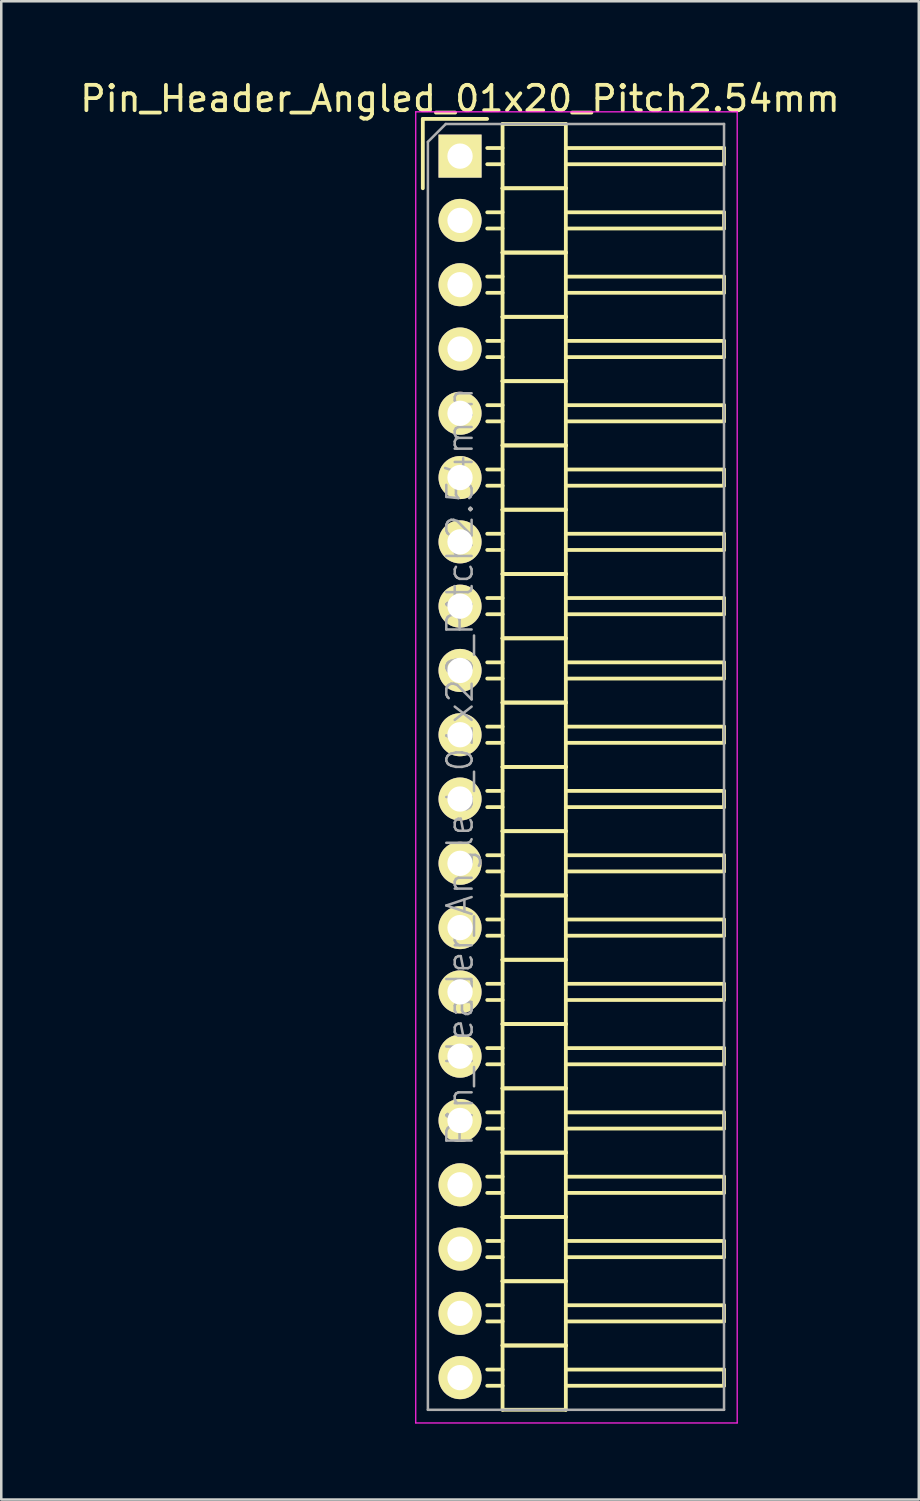
<source format=kicad_pcb>
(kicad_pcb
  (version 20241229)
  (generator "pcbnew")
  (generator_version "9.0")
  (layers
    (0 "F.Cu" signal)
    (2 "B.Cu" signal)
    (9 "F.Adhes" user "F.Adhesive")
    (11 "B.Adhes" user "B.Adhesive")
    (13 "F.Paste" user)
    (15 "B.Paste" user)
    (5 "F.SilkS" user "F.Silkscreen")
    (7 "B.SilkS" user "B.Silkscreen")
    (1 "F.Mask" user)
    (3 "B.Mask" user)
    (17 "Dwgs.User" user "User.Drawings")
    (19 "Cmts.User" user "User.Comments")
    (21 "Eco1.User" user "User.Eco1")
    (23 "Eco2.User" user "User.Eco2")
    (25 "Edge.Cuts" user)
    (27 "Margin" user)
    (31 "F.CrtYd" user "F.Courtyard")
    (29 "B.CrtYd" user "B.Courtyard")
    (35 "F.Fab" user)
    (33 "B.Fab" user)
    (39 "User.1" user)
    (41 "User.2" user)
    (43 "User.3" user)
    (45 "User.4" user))
  (footprint "Pin_Header_Angled_01x20_Pitch2.54mm"
    (layer "F.Cu")
    (at 15.125 3.118)
    (property "Reference" "Pin_Header_Angled_01x20_Pitch2.54mm" (at 0 -2.27 0) (layer "F.SilkS") (effects (font (size 1 1) (thickness 0.15))))
    (attr smd)
    (fp_line (start -1.47 -1.47) (end -1.47 1.27) (stroke (width 0.15) (type solid)) (layer "F.SilkS"))
    (fp_line (start -1.47 -1.47) (end 1.07 -1.47) (stroke (width 0.15) (type solid)) (layer "F.SilkS"))
    (fp_line (start 1.68 -0.32) (end 1.075 -0.32) (stroke (width 0.15) (type solid)) (layer "F.SilkS"))
    (fp_line (start 1.68 0.32) (end 1.075 0.32) (stroke (width 0.15) (type solid)) (layer "F.SilkS"))
    (fp_line (start 1.68 1.27) (end 1.68 -1.27) (stroke (width 0.15) (type solid)) (layer "F.SilkS"))
    (fp_line (start 1.68 2.22) (end 1.075 2.22) (stroke (width 0.15) (type solid)) (layer "F.SilkS"))
    (fp_line (start 1.68 2.86) (end 1.075 2.86) (stroke (width 0.15) (type solid)) (layer "F.SilkS"))
    (fp_line (start 1.68 3.81) (end 1.68 1.27) (stroke (width 0.15) (type solid)) (layer "F.SilkS"))
    (fp_line (start 1.68 4.76) (end 1.075 4.76) (stroke (width 0.15) (type solid)) (layer "F.SilkS"))
    (fp_line (start 1.68 5.4) (end 1.075 5.4) (stroke (width 0.15) (type solid)) (layer "F.SilkS"))
    (fp_line (start 1.68 6.35) (end 1.68 3.81) (stroke (width 0.15) (type solid)) (layer "F.SilkS"))
    (fp_line (start 1.68 7.3) (end 1.075 7.3) (stroke (width 0.15) (type solid)) (layer "F.SilkS"))
    (fp_line (start 1.68 7.94) (end 1.075 7.94) (stroke (width 0.15) (type solid)) (layer "F.SilkS"))
    (fp_line (start 1.68 8.89) (end 1.68 6.35) (stroke (width 0.15) (type solid)) (layer "F.SilkS"))
    (fp_line (start 1.68 9.84) (end 1.075 9.84) (stroke (width 0.15) (type solid)) (layer "F.SilkS"))
    (fp_line (start 1.68 10.48) (end 1.075 10.48) (stroke (width 0.15) (type solid)) (layer "F.SilkS"))
    (fp_line (start 1.68 11.43) (end 1.68 8.89) (stroke (width 0.15) (type solid)) (layer "F.SilkS"))
    (fp_line (start 1.68 12.38) (end 1.075 12.38) (stroke (width 0.15) (type solid)) (layer "F.SilkS"))
    (fp_line (start 1.68 13.02) (end 1.075 13.02) (stroke (width 0.15) (type solid)) (layer "F.SilkS"))
    (fp_line (start 1.68 13.97) (end 1.68 11.43) (stroke (width 0.15) (type solid)) (layer "F.SilkS"))
    (fp_line (start 1.68 14.92) (end 1.075 14.92) (stroke (width 0.15) (type solid)) (layer "F.SilkS"))
    (fp_line (start 1.68 15.56) (end 1.075 15.56) (stroke (width 0.15) (type solid)) (layer "F.SilkS"))
    (fp_line (start 1.68 16.51) (end 1.68 13.97) (stroke (width 0.15) (type solid)) (layer "F.SilkS"))
    (fp_line (start 1.68 17.46) (end 1.075 17.46) (stroke (width 0.15) (type solid)) (layer "F.SilkS"))
    (fp_line (start 1.68 18.1) (end 1.075 18.1) (stroke (width 0.15) (type solid)) (layer "F.SilkS"))
    (fp_line (start 1.68 19.05) (end 1.68 16.51) (stroke (width 0.15) (type solid)) (layer "F.SilkS"))
    (fp_line (start 1.68 20) (end 1.075 20) (stroke (width 0.15) (type solid)) (layer "F.SilkS"))
    (fp_line (start 1.68 20.64) (end 1.075 20.64) (stroke (width 0.15) (type solid)) (layer "F.SilkS"))
    (fp_line (start 1.68 21.59) (end 1.68 19.05) (stroke (width 0.15) (type solid)) (layer "F.SilkS"))
    (fp_line (start 1.68 22.54) (end 1.075 22.54) (stroke (width 0.15) (type solid)) (layer "F.SilkS"))
    (fp_line (start 1.68 23.18) (end 1.075 23.18) (stroke (width 0.15) (type solid)) (layer "F.SilkS"))
    (fp_line (start 1.68 24.13) (end 1.68 21.59) (stroke (width 0.15) (type solid)) (layer "F.SilkS"))
    (fp_line (start 1.68 25.08) (end 1.075 25.08) (stroke (width 0.15) (type solid)) (layer "F.SilkS"))
    (fp_line (start 1.68 25.72) (end 1.075 25.72) (stroke (width 0.15) (type solid)) (layer "F.SilkS"))
    (fp_line (start 1.68 26.67) (end 1.68 24.13) (stroke (width 0.15) (type solid)) (layer "F.SilkS"))
    (fp_line (start 1.68 27.62) (end 1.075 27.62) (stroke (width 0.15) (type solid)) (layer "F.SilkS"))
    (fp_line (start 1.68 28.26) (end 1.075 28.26) (stroke (width 0.15) (type solid)) (layer "F.SilkS"))
    (fp_line (start 1.68 29.21) (end 1.68 26.67) (stroke (width 0.15) (type solid)) (layer "F.SilkS"))
    (fp_line (start 1.68 30.16) (end 1.075 30.16) (stroke (width 0.15) (type solid)) (layer "F.SilkS"))
    (fp_line (start 1.68 30.8) (end 1.075 30.8) (stroke (width 0.15) (type solid)) (layer "F.SilkS"))
    (fp_line (start 1.68 31.75) (end 1.68 29.21) (stroke (width 0.15) (type solid)) (layer "F.SilkS"))
    (fp_line (start 1.68 32.7) (end 1.075 32.7) (stroke (width 0.15) (type solid)) (layer "F.SilkS"))
    (fp_line (start 1.68 33.34) (end 1.075 33.34) (stroke (width 0.15) (type solid)) (layer "F.SilkS"))
    (fp_line (start 1.68 34.29) (end 1.68 31.75) (stroke (width 0.15) (type solid)) (layer "F.SilkS"))
    (fp_line (start 1.68 35.24) (end 1.075 35.24) (stroke (width 0.15) (type solid)) (layer "F.SilkS"))
    (fp_line (start 1.68 35.88) (end 1.075 35.88) (stroke (width 0.15) (type solid)) (layer "F.SilkS"))
    (fp_line (start 1.68 36.83) (end 1.68 34.29) (stroke (width 0.15) (type solid)) (layer "F.SilkS"))
    (fp_line (start 1.68 37.78) (end 1.075 37.78) (stroke (width 0.15) (type solid)) (layer "F.SilkS"))
    (fp_line (start 1.68 38.42) (end 1.075 38.42) (stroke (width 0.15) (type solid)) (layer "F.SilkS"))
    (fp_line (start 1.68 39.37) (end 1.68 36.83) (stroke (width 0.15) (type solid)) (layer "F.SilkS"))
    (fp_line (start 1.68 40.32) (end 1.075 40.32) (stroke (width 0.15) (type solid)) (layer "F.SilkS"))
    (fp_line (start 1.68 40.96) (end 1.075 40.96) (stroke (width 0.15) (type solid)) (layer "F.SilkS"))
    (fp_line (start 1.68 41.91) (end 1.68 39.37) (stroke (width 0.15) (type solid)) (layer "F.SilkS"))
    (fp_line (start 1.68 42.86) (end 1.075 42.86) (stroke (width 0.15) (type solid)) (layer "F.SilkS"))
    (fp_line (start 1.68 43.5) (end 1.075 43.5) (stroke (width 0.15) (type solid)) (layer "F.SilkS"))
    (fp_line (start 1.68 44.45) (end 1.68 41.91) (stroke (width 0.15) (type solid)) (layer "F.SilkS"))
    (fp_line (start 1.68 45.4) (end 1.075 45.4) (stroke (width 0.15) (type solid)) (layer "F.SilkS"))
    (fp_line (start 1.68 46.04) (end 1.075 46.04) (stroke (width 0.15) (type solid)) (layer "F.SilkS"))
    (fp_line (start 1.68 46.99) (end 1.68 44.45) (stroke (width 0.15) (type solid)) (layer "F.SilkS"))
    (fp_line (start 1.68 47.94) (end 1.075 47.94) (stroke (width 0.15) (type solid)) (layer "F.SilkS"))
    (fp_line (start 1.68 48.58) (end 1.075 48.58) (stroke (width 0.15) (type solid)) (layer "F.SilkS"))
    (fp_line (start 1.68 49.53) (end 1.68 46.99) (stroke (width 0.15) (type solid)) (layer "F.SilkS"))
    (fp_line (start 4.18 -1.27) (end 1.68 -1.27) (stroke (width 0.15) (type solid)) (layer "F.SilkS"))
    (fp_line (start 4.18 -0.32) (end 10.43 -0.32) (stroke (width 0.15) (type solid)) (layer "F.SilkS"))
    (fp_line (start 4.18 0.32) (end 10.43 0.32) (stroke (width 0.15) (type solid)) (layer "F.SilkS"))
    (fp_line (start 4.18 1.27) (end 1.68 1.27) (stroke (width 0.15) (type solid)) (layer "F.SilkS"))
    (fp_line (start 4.18 1.27) (end 1.68 1.27) (stroke (width 0.15) (type solid)) (layer "F.SilkS"))
    (fp_line (start 4.18 1.27) (end 4.18 -1.27) (stroke (width 0.15) (type solid)) (layer "F.SilkS"))
    (fp_line (start 4.18 2.22) (end 10.43 2.22) (stroke (width 0.15) (type solid)) (layer "F.SilkS"))
    (fp_line (start 4.18 2.86) (end 10.43 2.86) (stroke (width 0.15) (type solid)) (layer "F.SilkS"))
    (fp_line (start 4.18 3.81) (end 1.68 3.81) (stroke (width 0.15) (type solid)) (layer "F.SilkS"))
    (fp_line (start 4.18 3.81) (end 1.68 3.81) (stroke (width 0.15) (type solid)) (layer "F.SilkS"))
    (fp_line (start 4.18 3.81) (end 4.18 1.27) (stroke (width 0.15) (type solid)) (layer "F.SilkS"))
    (fp_line (start 4.18 4.76) (end 10.43 4.76) (stroke (width 0.15) (type solid)) (layer "F.SilkS"))
    (fp_line (start 4.18 5.4) (end 10.43 5.4) (stroke (width 0.15) (type solid)) (layer "F.SilkS"))
    (fp_line (start 4.18 6.35) (end 1.68 6.35) (stroke (width 0.15) (type solid)) (layer "F.SilkS"))
    (fp_line (start 4.18 6.35) (end 1.68 6.35) (stroke (width 0.15) (type solid)) (layer "F.SilkS"))
    (fp_line (start 4.18 6.35) (end 4.18 3.81) (stroke (width 0.15) (type solid)) (layer "F.SilkS"))
    (fp_line (start 4.18 7.3) (end 10.43 7.3) (stroke (width 0.15) (type solid)) (layer "F.SilkS"))
    (fp_line (start 4.18 7.94) (end 10.43 7.94) (stroke (width 0.15) (type solid)) (layer "F.SilkS"))
    (fp_line (start 4.18 8.89) (end 1.68 8.89) (stroke (width 0.15) (type solid)) (layer "F.SilkS"))
    (fp_line (start 4.18 8.89) (end 1.68 8.89) (stroke (width 0.15) (type solid)) (layer "F.SilkS"))
    (fp_line (start 4.18 8.89) (end 4.18 6.35) (stroke (width 0.15) (type solid)) (layer "F.SilkS"))
    (fp_line (start 4.18 9.84) (end 10.43 9.84) (stroke (width 0.15) (type solid)) (layer "F.SilkS"))
    (fp_line (start 4.18 10.48) (end 10.43 10.48) (stroke (width 0.15) (type solid)) (layer "F.SilkS"))
    (fp_line (start 4.18 11.43) (end 1.68 11.43) (stroke (width 0.15) (type solid)) (layer "F.SilkS"))
    (fp_line (start 4.18 11.43) (end 1.68 11.43) (stroke (width 0.15) (type solid)) (layer "F.SilkS"))
    (fp_line (start 4.18 11.43) (end 4.18 8.89) (stroke (width 0.15) (type solid)) (layer "F.SilkS"))
    (fp_line (start 4.18 12.38) (end 10.43 12.38) (stroke (width 0.15) (type solid)) (layer "F.SilkS"))
    (fp_line (start 4.18 13.02) (end 10.43 13.02) (stroke (width 0.15) (type solid)) (layer "F.SilkS"))
    (fp_line (start 4.18 13.97) (end 1.68 13.97) (stroke (width 0.15) (type solid)) (layer "F.SilkS"))
    (fp_line (start 4.18 13.97) (end 1.68 13.97) (stroke (width 0.15) (type solid)) (layer "F.SilkS"))
    (fp_line (start 4.18 13.97) (end 4.18 11.43) (stroke (width 0.15) (type solid)) (layer "F.SilkS"))
    (fp_line (start 4.18 14.92) (end 10.43 14.92) (stroke (width 0.15) (type solid)) (layer "F.SilkS"))
    (fp_line (start 4.18 15.56) (end 10.43 15.56) (stroke (width 0.15) (type solid)) (layer "F.SilkS"))
    (fp_line (start 4.18 16.51) (end 1.68 16.51) (stroke (width 0.15) (type solid)) (layer "F.SilkS"))
    (fp_line (start 4.18 16.51) (end 1.68 16.51) (stroke (width 0.15) (type solid)) (layer "F.SilkS"))
    (fp_line (start 4.18 16.51) (end 4.18 13.97) (stroke (width 0.15) (type solid)) (layer "F.SilkS"))
    (fp_line (start 4.18 17.46) (end 10.43 17.46) (stroke (width 0.15) (type solid)) (layer "F.SilkS"))
    (fp_line (start 4.18 18.1) (end 10.43 18.1) (stroke (width 0.15) (type solid)) (layer "F.SilkS"))
    (fp_line (start 4.18 19.05) (end 1.68 19.05) (stroke (width 0.15) (type solid)) (layer "F.SilkS"))
    (fp_line (start 4.18 19.05) (end 1.68 19.05) (stroke (width 0.15) (type solid)) (layer "F.SilkS"))
    (fp_line (start 4.18 19.05) (end 4.18 16.51) (stroke (width 0.15) (type solid)) (layer "F.SilkS"))
    (fp_line (start 4.18 20) (end 10.43 20) (stroke (width 0.15) (type solid)) (layer "F.SilkS"))
    (fp_line (start 4.18 20.64) (end 10.43 20.64) (stroke (width 0.15) (type solid)) (layer "F.SilkS"))
    (fp_line (start 4.18 21.59) (end 1.68 21.59) (stroke (width 0.15) (type solid)) (layer "F.SilkS"))
    (fp_line (start 4.18 21.59) (end 1.68 21.59) (stroke (width 0.15) (type solid)) (layer "F.SilkS"))
    (fp_line (start 4.18 21.59) (end 4.18 19.05) (stroke (width 0.15) (type solid)) (layer "F.SilkS"))
    (fp_line (start 4.18 22.54) (end 10.43 22.54) (stroke (width 0.15) (type solid)) (layer "F.SilkS"))
    (fp_line (start 4.18 23.18) (end 10.43 23.18) (stroke (width 0.15) (type solid)) (layer "F.SilkS"))
    (fp_line (start 4.18 24.13) (end 1.68 24.13) (stroke (width 0.15) (type solid)) (layer "F.SilkS"))
    (fp_line (start 4.18 24.13) (end 1.68 24.13) (stroke (width 0.15) (type solid)) (layer "F.SilkS"))
    (fp_line (start 4.18 24.13) (end 4.18 21.59) (stroke (width 0.15) (type solid)) (layer "F.SilkS"))
    (fp_line (start 4.18 25.08) (end 10.43 25.08) (stroke (width 0.15) (type solid)) (layer "F.SilkS"))
    (fp_line (start 4.18 25.72) (end 10.43 25.72) (stroke (width 0.15) (type solid)) (layer "F.SilkS"))
    (fp_line (start 4.18 26.67) (end 1.68 26.67) (stroke (width 0.15) (type solid)) (layer "F.SilkS"))
    (fp_line (start 4.18 26.67) (end 1.68 26.67) (stroke (width 0.15) (type solid)) (layer "F.SilkS"))
    (fp_line (start 4.18 26.67) (end 4.18 24.13) (stroke (width 0.15) (type solid)) (layer "F.SilkS"))
    (fp_line (start 4.18 27.62) (end 10.43 27.62) (stroke (width 0.15) (type solid)) (layer "F.SilkS"))
    (fp_line (start 4.18 28.26) (end 10.43 28.26) (stroke (width 0.15) (type solid)) (layer "F.SilkS"))
    (fp_line (start 4.18 29.21) (end 1.68 29.21) (stroke (width 0.15) (type solid)) (layer "F.SilkS"))
    (fp_line (start 4.18 29.21) (end 1.68 29.21) (stroke (width 0.15) (type solid)) (layer "F.SilkS"))
    (fp_line (start 4.18 29.21) (end 4.18 26.67) (stroke (width 0.15) (type solid)) (layer "F.SilkS"))
    (fp_line (start 4.18 30.16) (end 10.43 30.16) (stroke (width 0.15) (type solid)) (layer "F.SilkS"))
    (fp_line (start 4.18 30.8) (end 10.43 30.8) (stroke (width 0.15) (type solid)) (layer "F.SilkS"))
    (fp_line (start 4.18 31.75) (end 1.68 31.75) (stroke (width 0.15) (type solid)) (layer "F.SilkS"))
    (fp_line (start 4.18 31.75) (end 1.68 31.75) (stroke (width 0.15) (type solid)) (layer "F.SilkS"))
    (fp_line (start 4.18 31.75) (end 4.18 29.21) (stroke (width 0.15) (type solid)) (layer "F.SilkS"))
    (fp_line (start 4.18 32.7) (end 10.43 32.7) (stroke (width 0.15) (type solid)) (layer "F.SilkS"))
    (fp_line (start 4.18 33.34) (end 10.43 33.34) (stroke (width 0.15) (type solid)) (layer "F.SilkS"))
    (fp_line (start 4.18 34.29) (end 1.68 34.29) (stroke (width 0.15) (type solid)) (layer "F.SilkS"))
    (fp_line (start 4.18 34.29) (end 1.68 34.29) (stroke (width 0.15) (type solid)) (layer "F.SilkS"))
    (fp_line (start 4.18 34.29) (end 4.18 31.75) (stroke (width 0.15) (type solid)) (layer "F.SilkS"))
    (fp_line (start 4.18 35.24) (end 10.43 35.24) (stroke (width 0.15) (type solid)) (layer "F.SilkS"))
    (fp_line (start 4.18 35.88) (end 10.43 35.88) (stroke (width 0.15) (type solid)) (layer "F.SilkS"))
    (fp_line (start 4.18 36.83) (end 1.68 36.83) (stroke (width 0.15) (type solid)) (layer "F.SilkS"))
    (fp_line (start 4.18 36.83) (end 1.68 36.83) (stroke (width 0.15) (type solid)) (layer "F.SilkS"))
    (fp_line (start 4.18 36.83) (end 4.18 34.29) (stroke (width 0.15) (type solid)) (layer "F.SilkS"))
    (fp_line (start 4.18 37.78) (end 10.43 37.78) (stroke (width 0.15) (type solid)) (layer "F.SilkS"))
    (fp_line (start 4.18 38.42) (end 10.43 38.42) (stroke (width 0.15) (type solid)) (layer "F.SilkS"))
    (fp_line (start 4.18 39.37) (end 1.68 39.37) (stroke (width 0.15) (type solid)) (layer "F.SilkS"))
    (fp_line (start 4.18 39.37) (end 1.68 39.37) (stroke (width 0.15) (type solid)) (layer "F.SilkS"))
    (fp_line (start 4.18 39.37) (end 4.18 36.83) (stroke (width 0.15) (type solid)) (layer "F.SilkS"))
    (fp_line (start 4.18 40.32) (end 10.43 40.32) (stroke (width 0.15) (type solid)) (layer "F.SilkS"))
    (fp_line (start 4.18 40.96) (end 10.43 40.96) (stroke (width 0.15) (type solid)) (layer "F.SilkS"))
    (fp_line (start 4.18 41.91) (end 1.68 41.91) (stroke (width 0.15) (type solid)) (layer "F.SilkS"))
    (fp_line (start 4.18 41.91) (end 1.68 41.91) (stroke (width 0.15) (type solid)) (layer "F.SilkS"))
    (fp_line (start 4.18 41.91) (end 4.18 39.37) (stroke (width 0.15) (type solid)) (layer "F.SilkS"))
    (fp_line (start 4.18 42.86) (end 10.43 42.86) (stroke (width 0.15) (type solid)) (layer "F.SilkS"))
    (fp_line (start 4.18 43.5) (end 10.43 43.5) (stroke (width 0.15) (type solid)) (layer "F.SilkS"))
    (fp_line (start 4.18 44.45) (end 1.68 44.45) (stroke (width 0.15) (type solid)) (layer "F.SilkS"))
    (fp_line (start 4.18 44.45) (end 1.68 44.45) (stroke (width 0.15) (type solid)) (layer "F.SilkS"))
    (fp_line (start 4.18 44.45) (end 4.18 41.91) (stroke (width 0.15) (type solid)) (layer "F.SilkS"))
    (fp_line (start 4.18 45.4) (end 10.43 45.4) (stroke (width 0.15) (type solid)) (layer "F.SilkS"))
    (fp_line (start 4.18 46.04) (end 10.43 46.04) (stroke (width 0.15) (type solid)) (layer "F.SilkS"))
    (fp_line (start 4.18 46.99) (end 1.68 46.99) (stroke (width 0.15) (type solid)) (layer "F.SilkS"))
    (fp_line (start 4.18 46.99) (end 1.68 46.99) (stroke (width 0.15) (type solid)) (layer "F.SilkS"))
    (fp_line (start 4.18 46.99) (end 4.18 44.45) (stroke (width 0.15) (type solid)) (layer "F.SilkS"))
    (fp_line (start 4.18 47.94) (end 10.43 47.94) (stroke (width 0.15) (type solid)) (layer "F.SilkS"))
    (fp_line (start 4.18 48.58) (end 10.43 48.58) (stroke (width 0.15) (type solid)) (layer "F.SilkS"))
    (fp_line (start 4.18 49.53) (end 1.68 49.53) (stroke (width 0.15) (type solid)) (layer "F.SilkS"))
    (fp_line (start 4.18 49.53) (end 4.18 46.99) (stroke (width 0.15) (type solid)) (layer "F.SilkS"))
    (fp_line (start 10.43 0.32) (end 10.43 -0.32) (stroke (width 0.15) (type solid)) (layer "F.SilkS"))
    (fp_line (start 10.43 2.86) (end 10.43 2.22) (stroke (width 0.15) (type solid)) (layer "F.SilkS"))
    (fp_line (start 10.43 5.4) (end 10.43 4.76) (stroke (width 0.15) (type solid)) (layer "F.SilkS"))
    (fp_line (start 10.43 7.94) (end 10.43 7.3) (stroke (width 0.15) (type solid)) (layer "F.SilkS"))
    (fp_line (start 10.43 10.48) (end 10.43 9.84) (stroke (width 0.15) (type solid)) (layer "F.SilkS"))
    (fp_line (start 10.43 13.02) (end 10.43 12.38) (stroke (width 0.15) (type solid)) (layer "F.SilkS"))
    (fp_line (start 10.43 15.56) (end 10.43 14.92) (stroke (width 0.15) (type solid)) (layer "F.SilkS"))
    (fp_line (start 10.43 18.1) (end 10.43 17.46) (stroke (width 0.15) (type solid)) (layer "F.SilkS"))
    (fp_line (start 10.43 20.64) (end 10.43 20) (stroke (width 0.15) (type solid)) (layer "F.SilkS"))
    (fp_line (start 10.43 23.18) (end 10.43 22.54) (stroke (width 0.15) (type solid)) (layer "F.SilkS"))
    (fp_line (start 10.43 25.72) (end 10.43 25.08) (stroke (width 0.15) (type solid)) (layer "F.SilkS"))
    (fp_line (start 10.43 28.26) (end 10.43 27.62) (stroke (width 0.15) (type solid)) (layer "F.SilkS"))
    (fp_line (start 10.43 30.8) (end 10.43 30.16) (stroke (width 0.15) (type solid)) (layer "F.SilkS"))
    (fp_line (start 10.43 33.34) (end 10.43 32.7) (stroke (width 0.15) (type solid)) (layer "F.SilkS"))
    (fp_line (start 10.43 35.88) (end 10.43 35.24) (stroke (width 0.15) (type solid)) (layer "F.SilkS"))
    (fp_line (start 10.43 38.42) (end 10.43 37.78) (stroke (width 0.15) (type solid)) (layer "F.SilkS"))
    (fp_line (start 10.43 40.96) (end 10.43 40.32) (stroke (width 0.15) (type solid)) (layer "F.SilkS"))
    (fp_line (start 10.43 43.5) (end 10.43 42.86) (stroke (width 0.15) (type solid)) (layer "F.SilkS"))
    (fp_line (start 10.43 46.04) (end 10.43 45.4) (stroke (width 0.15) (type solid)) (layer "F.SilkS"))
    (fp_line (start 10.43 48.58) (end 10.43 47.94) (stroke (width 0.15) (type solid)) (layer "F.SilkS"))
    (fp_line (start -1.75 -1.75) (end -1.75 50.05) (stroke (width 0.05) (type solid)) (layer "F.CrtYd"))
    (fp_line (start 10.95 -1.75) (end -1.75 -1.75) (stroke (width 0.05) (type solid)) (layer "F.CrtYd"))
    (fp_line (start 10.95 -1.75) (end 10.95 50.05) (stroke (width 0.05) (type solid)) (layer "F.CrtYd"))
    (fp_line (start 10.95 50.05) (end -1.75 50.05) (stroke (width 0.05) (type solid)) (layer "F.CrtYd"))
    (fp_line (start -1.27 -0.563) (end -0.563 -1.27) (stroke (width 0.1) (type solid)) (layer "F.Fab"))
    (fp_line (start -1.27 49.53) (end -1.27 -0.563) (stroke (width 0.1) (type solid)) (layer "F.Fab"))
    (fp_line (start 10.43 -1.27) (end -0.563 -1.27) (stroke (width 0.1) (type solid)) (layer "F.Fab"))
    (fp_line (start 10.43 49.53) (end -1.27 49.53) (stroke (width 0.1) (type solid)) (layer "F.Fab"))
    (fp_line (start 10.43 49.53) (end 10.43 -1.27) (stroke (width 0.1) (type solid)) (layer "F.Fab"))
    (fp_text user "${REFERENCE}" (at 0 24.13 90) (layer "F.Fab") (effects (font (size 1 1) (thickness 0.1))))
    (pad "1" thru_hole rect (at 0 0) (size 1.7 1.7) (drill 1) (layers "*.Cu" "*.Mask" "F.SilkS"))
    (pad "2" thru_hole oval (at 0 2.54) (size 1.7 1.7) (drill 1) (layers "*.Cu" "*.Mask" "F.SilkS"))
    (pad "3" thru_hole oval (at 0 5.08) (size 1.7 1.7) (drill 1) (layers "*.Cu" "*.Mask" "F.SilkS"))
    (pad "4" thru_hole oval (at 0 7.62) (size 1.7 1.7) (drill 1) (layers "*.Cu" "*.Mask" "F.SilkS"))
    (pad "5" thru_hole oval (at 0 10.16) (size 1.7 1.7) (drill 1) (layers "*.Cu" "*.Mask" "F.SilkS"))
    (pad "6" thru_hole oval (at 0 12.7) (size 1.7 1.7) (drill 1) (layers "*.Cu" "*.Mask" "F.SilkS"))
    (pad "7" thru_hole oval (at 0 15.24) (size 1.7 1.7) (drill 1) (layers "*.Cu" "*.Mask" "F.SilkS"))
    (pad "8" thru_hole oval (at 0 17.78) (size 1.7 1.7) (drill 1) (layers "*.Cu" "*.Mask" "F.SilkS"))
    (pad "9" thru_hole oval (at 0 20.32) (size 1.7 1.7) (drill 1) (layers "*.Cu" "*.Mask" "F.SilkS"))
    (pad "10" thru_hole oval (at 0 22.86) (size 1.7 1.7) (drill 1) (layers "*.Cu" "*.Mask" "F.SilkS"))
    (pad "11" thru_hole oval (at 0 25.4) (size 1.7 1.7) (drill 1) (layers "*.Cu" "*.Mask" "F.SilkS"))
    (pad "12" thru_hole oval (at 0 27.94) (size 1.7 1.7) (drill 1) (layers "*.Cu" "*.Mask" "F.SilkS"))
    (pad "13" thru_hole oval (at 0 30.48) (size 1.7 1.7) (drill 1) (layers "*.Cu" "*.Mask" "F.SilkS"))
    (pad "14" thru_hole oval (at 0 33.02) (size 1.7 1.7) (drill 1) (layers "*.Cu" "*.Mask" "F.SilkS"))
    (pad "15" thru_hole oval (at 0 35.56) (size 1.7 1.7) (drill 1) (layers "*.Cu" "*.Mask" "F.SilkS"))
    (pad "16" thru_hole oval (at 0 38.1) (size 1.7 1.7) (drill 1) (layers "*.Cu" "*.Mask" "F.SilkS"))
    (pad "17" thru_hole oval (at 0 40.64) (size 1.7 1.7) (drill 1) (layers "*.Cu" "*.Mask" "F.SilkS"))
    (pad "18" thru_hole oval (at 0 43.18) (size 1.7 1.7) (drill 1) (layers "*.Cu" "*.Mask" "F.SilkS"))
    (pad "19" thru_hole oval (at 0 45.72) (size 1.7 1.7) (drill 1) (layers "*.Cu" "*.Mask" "F.SilkS"))
    (pad "20" thru_hole oval (at 0 48.26) (size 1.7 1.7) (drill 1) (layers "*.Cu" "*.Mask" "F.SilkS")))
  (gr_rect
    (start -3 -3)
    (end 33.25 56.193)
    (stroke (width 0.1) (type default))
    (fill no)
    (layer "Edge.Cuts")))
</source>
